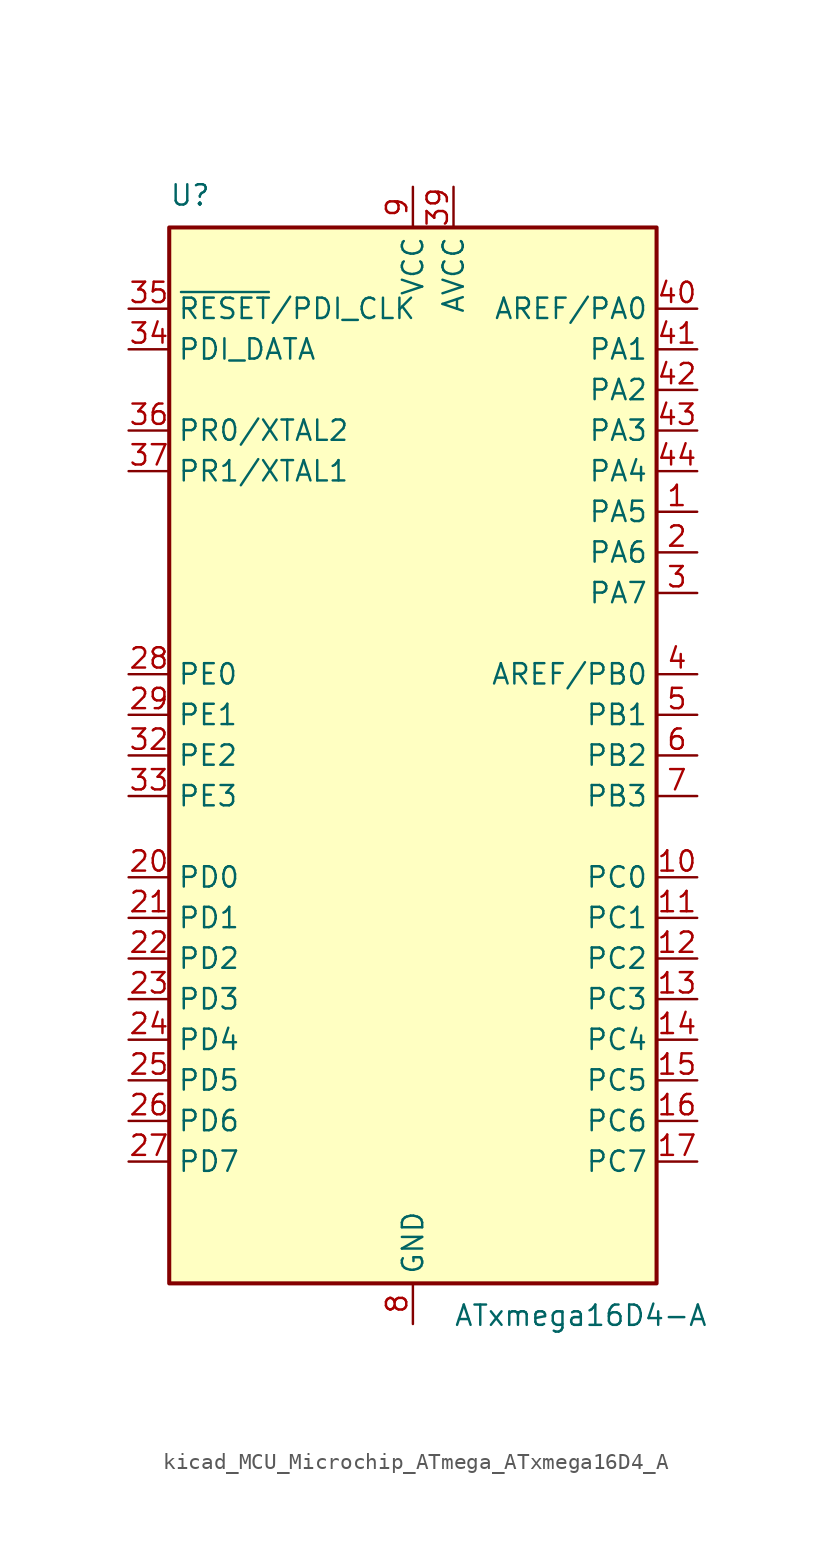
<source format=kicad_sym>
(kicad_symbol_lib
  (version 20220914)
  (generator kicad_symbol_editor)
  (symbol "kicad_MCU_Microchip_ATmega_ATxmega16D4_A"
    (property "Reference" "U"
      (at -15.24 34.29 0)
      (effects (font (size 1.27 1.27)) (justify left bottom)))
    (property "Value" "ATxmega16D4-A"
      (at 2.54 -34.29 0)
      (effects (font (size 1.27 1.27)) (justify left top)))
    (symbol "kicad_MCU_Microchip_ATmega_ATxmega16D4_A_0_1"
      (rectangle (start -15.24 -33.02) (end 15.24 33.02) (stroke (width 0.254) (type default)) (fill (type background))))
    (symbol "kicad_MCU_Microchip_ATmega_ATxmega16D4_A_1_1"
      (pin bidirectional line (at 17.78 15.24 180) (length 2.54) (name "PA5" (effects (font (size 1.27 1.27)))) (number "1" (effects (font (size 1.27 1.27)))))
      (pin bidirectional line (at 17.78 -7.62 180) (length 2.54) (name "PC0" (effects (font (size 1.27 1.27)))) (number "10" (effects (font (size 1.27 1.27)))))
      (pin bidirectional line (at 17.78 -10.16 180) (length 2.54) (name "PC1" (effects (font (size 1.27 1.27)))) (number "11" (effects (font (size 1.27 1.27)))))
      (pin bidirectional line (at 17.78 -12.7 180) (length 2.54) (name "PC2" (effects (font (size 1.27 1.27)))) (number "12" (effects (font (size 1.27 1.27)))))
      (pin bidirectional line (at 17.78 -15.24 180) (length 2.54) (name "PC3" (effects (font (size 1.27 1.27)))) (number "13" (effects (font (size 1.27 1.27)))))
      (pin bidirectional line (at 17.78 -17.78 180) (length 2.54) (name "PC4" (effects (font (size 1.27 1.27)))) (number "14" (effects (font (size 1.27 1.27)))))
      (pin bidirectional line (at 17.78 -20.32 180) (length 2.54) (name "PC5" (effects (font (size 1.27 1.27)))) (number "15" (effects (font (size 1.27 1.27)))))
      (pin bidirectional line (at 17.78 -22.86 180) (length 2.54) (name "PC6" (effects (font (size 1.27 1.27)))) (number "16" (effects (font (size 1.27 1.27)))))
      (pin bidirectional line (at 17.78 -25.4 180) (length 2.54) (name "PC7" (effects (font (size 1.27 1.27)))) (number "17" (effects (font (size 1.27 1.27)))))
      (pin passive line (at 0 -35.56 90) (length 2.54) hide (name "GND" (effects (font (size 1.27 1.27)))) (number "18" (effects (font (size 1.27 1.27)))))
      (pin passive line (at 0 35.56 270) (length 2.54) hide (name "VCC" (effects (font (size 1.27 1.27)))) (number "19" (effects (font (size 1.27 1.27)))))
      (pin bidirectional line (at 17.78 12.7 180) (length 2.54) (name "PA6" (effects (font (size 1.27 1.27)))) (number "2" (effects (font (size 1.27 1.27)))))
      (pin bidirectional line (at -17.78 -7.62 0) (length 2.54) (name "PD0" (effects (font (size 1.27 1.27)))) (number "20" (effects (font (size 1.27 1.27)))))
      (pin bidirectional line (at -17.78 -10.16 0) (length 2.54) (name "PD1" (effects (font (size 1.27 1.27)))) (number "21" (effects (font (size 1.27 1.27)))))
      (pin bidirectional line (at -17.78 -12.7 0) (length 2.54) (name "PD2" (effects (font (size 1.27 1.27)))) (number "22" (effects (font (size 1.27 1.27)))))
      (pin bidirectional line (at -17.78 -15.24 0) (length 2.54) (name "PD3" (effects (font (size 1.27 1.27)))) (number "23" (effects (font (size 1.27 1.27)))))
      (pin bidirectional line (at -17.78 -17.78 0) (length 2.54) (name "PD4" (effects (font (size 1.27 1.27)))) (number "24" (effects (font (size 1.27 1.27)))))
      (pin bidirectional line (at -17.78 -20.32 0) (length 2.54) (name "PD5" (effects (font (size 1.27 1.27)))) (number "25" (effects (font (size 1.27 1.27)))))
      (pin bidirectional line (at -17.78 -22.86 0) (length 2.54) (name "PD6" (effects (font (size 1.27 1.27)))) (number "26" (effects (font (size 1.27 1.27)))))
      (pin bidirectional line (at -17.78 -25.4 0) (length 2.54) (name "PD7" (effects (font (size 1.27 1.27)))) (number "27" (effects (font (size 1.27 1.27)))))
      (pin bidirectional line (at -17.78 5.08 0) (length 2.54) (name "PE0" (effects (font (size 1.27 1.27)))) (number "28" (effects (font (size 1.27 1.27)))))
      (pin bidirectional line (at -17.78 2.54 0) (length 2.54) (name "PE1" (effects (font (size 1.27 1.27)))) (number "29" (effects (font (size 1.27 1.27)))))
      (pin bidirectional line (at 17.78 10.16 180) (length 2.54) (name "PA7" (effects (font (size 1.27 1.27)))) (number "3" (effects (font (size 1.27 1.27)))))
      (pin passive line (at 0 -35.56 90) (length 2.54) hide (name "GND" (effects (font (size 1.27 1.27)))) (number "30" (effects (font (size 1.27 1.27)))))
      (pin passive line (at 0 35.56 270) (length 2.54) hide (name "VCC" (effects (font (size 1.27 1.27)))) (number "31" (effects (font (size 1.27 1.27)))))
      (pin bidirectional line (at -17.78 0 0) (length 2.54) (name "PE2" (effects (font (size 1.27 1.27)))) (number "32" (effects (font (size 1.27 1.27)))))
      (pin bidirectional line (at -17.78 -2.54 0) (length 2.54) (name "PE3" (effects (font (size 1.27 1.27)))) (number "33" (effects (font (size 1.27 1.27)))))
      (pin bidirectional line (at -17.78 25.4 0) (length 2.54) (name "PDI_DATA" (effects (font (size 1.27 1.27)))) (number "34" (effects (font (size 1.27 1.27)))))
      (pin input line (at -17.78 27.94 0) (length 2.54) (name "~{RESET}/PDI_CLK" (effects (font (size 1.27 1.27)))) (number "35" (effects (font (size 1.27 1.27)))))
      (pin bidirectional line (at -17.78 20.32 0) (length 2.54) (name "PR0/XTAL2" (effects (font (size 1.27 1.27)))) (number "36" (effects (font (size 1.27 1.27)))))
      (pin bidirectional line (at -17.78 17.78 0) (length 2.54) (name "PR1/XTAL1" (effects (font (size 1.27 1.27)))) (number "37" (effects (font (size 1.27 1.27)))))
      (pin passive line (at 0 -35.56 90) (length 2.54) hide (name "GND" (effects (font (size 1.27 1.27)))) (number "38" (effects (font (size 1.27 1.27)))))
      (pin power_in line (at 2.54 35.56 270) (length 2.54) (name "AVCC" (effects (font (size 1.27 1.27)))) (number "39" (effects (font (size 1.27 1.27)))))
      (pin bidirectional line (at 17.78 5.08 180) (length 2.54) (name "AREF/PB0" (effects (font (size 1.27 1.27)))) (number "4" (effects (font (size 1.27 1.27)))))
      (pin bidirectional line (at 17.78 27.94 180) (length 2.54) (name "AREF/PA0" (effects (font (size 1.27 1.27)))) (number "40" (effects (font (size 1.27 1.27)))))
      (pin bidirectional line (at 17.78 25.4 180) (length 2.54) (name "PA1" (effects (font (size 1.27 1.27)))) (number "41" (effects (font (size 1.27 1.27)))))
      (pin bidirectional line (at 17.78 22.86 180) (length 2.54) (name "PA2" (effects (font (size 1.27 1.27)))) (number "42" (effects (font (size 1.27 1.27)))))
      (pin bidirectional line (at 17.78 20.32 180) (length 2.54) (name "PA3" (effects (font (size 1.27 1.27)))) (number "43" (effects (font (size 1.27 1.27)))))
      (pin bidirectional line (at 17.78 17.78 180) (length 2.54) (name "PA4" (effects (font (size 1.27 1.27)))) (number "44" (effects (font (size 1.27 1.27)))))
      (pin bidirectional line (at 17.78 2.54 180) (length 2.54) (name "PB1" (effects (font (size 1.27 1.27)))) (number "5" (effects (font (size 1.27 1.27)))))
      (pin bidirectional line (at 17.78 0 180) (length 2.54) (name "PB2" (effects (font (size 1.27 1.27)))) (number "6" (effects (font (size 1.27 1.27)))))
      (pin bidirectional line (at 17.78 -2.54 180) (length 2.54) (name "PB3" (effects (font (size 1.27 1.27)))) (number "7" (effects (font (size 1.27 1.27)))))
      (pin power_in line (at 0 -35.56 90) (length 2.54) (name "GND" (effects (font (size 1.27 1.27)))) (number "8" (effects (font (size 1.27 1.27)))))
      (pin power_in line (at 0 35.56 270) (length 2.54) (name "VCC" (effects (font (size 1.27 1.27)))) (number "9" (effects (font (size 1.27 1.27))))))))
</source>
